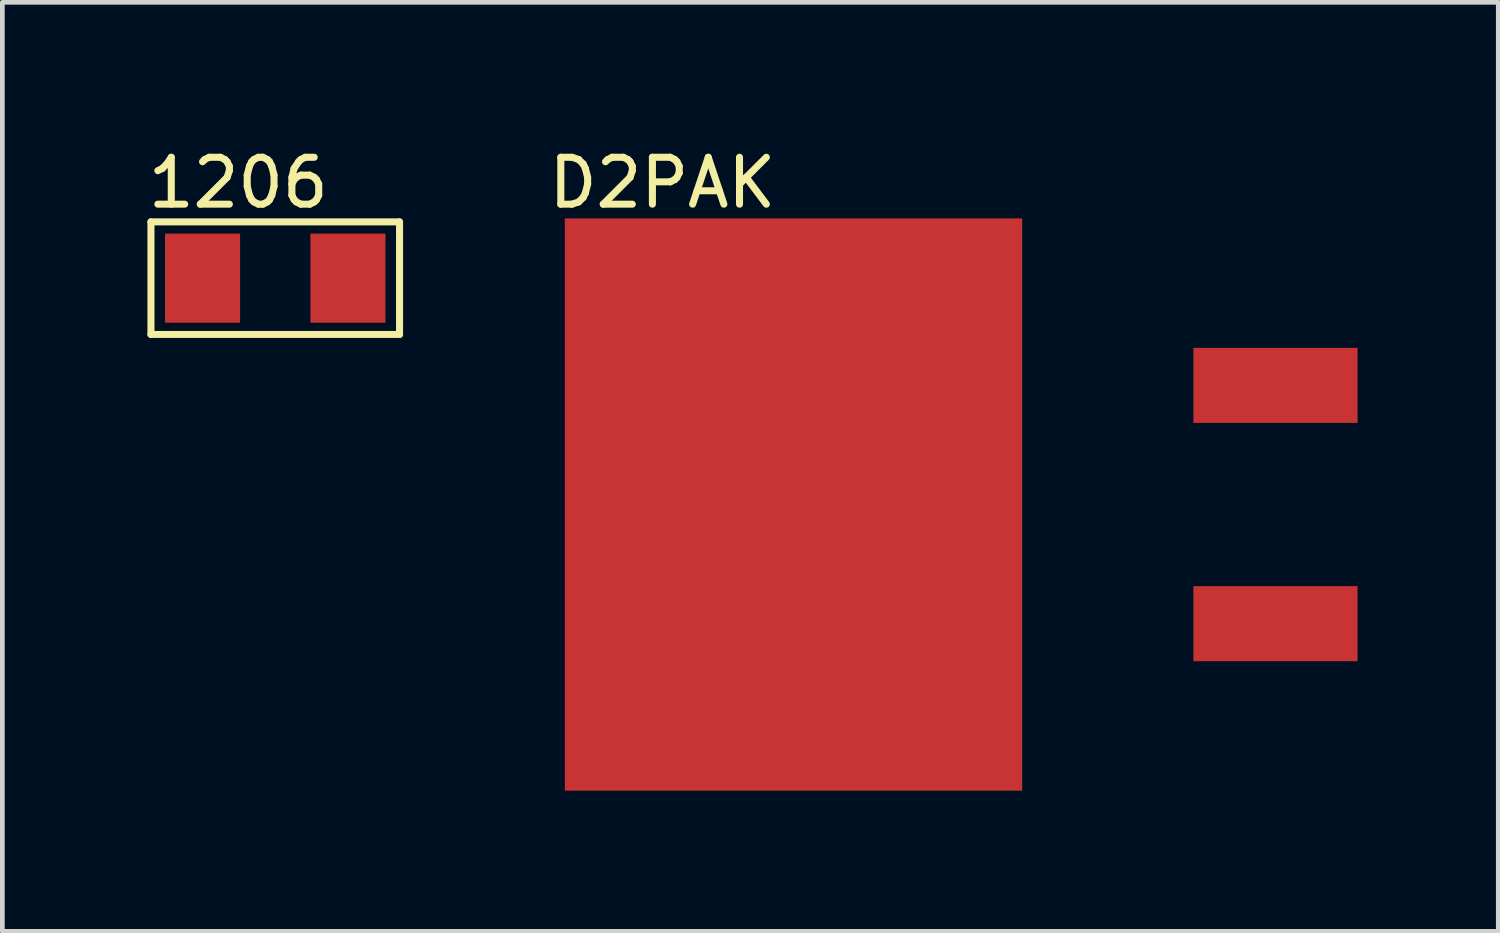
<source format=kicad_pcb>
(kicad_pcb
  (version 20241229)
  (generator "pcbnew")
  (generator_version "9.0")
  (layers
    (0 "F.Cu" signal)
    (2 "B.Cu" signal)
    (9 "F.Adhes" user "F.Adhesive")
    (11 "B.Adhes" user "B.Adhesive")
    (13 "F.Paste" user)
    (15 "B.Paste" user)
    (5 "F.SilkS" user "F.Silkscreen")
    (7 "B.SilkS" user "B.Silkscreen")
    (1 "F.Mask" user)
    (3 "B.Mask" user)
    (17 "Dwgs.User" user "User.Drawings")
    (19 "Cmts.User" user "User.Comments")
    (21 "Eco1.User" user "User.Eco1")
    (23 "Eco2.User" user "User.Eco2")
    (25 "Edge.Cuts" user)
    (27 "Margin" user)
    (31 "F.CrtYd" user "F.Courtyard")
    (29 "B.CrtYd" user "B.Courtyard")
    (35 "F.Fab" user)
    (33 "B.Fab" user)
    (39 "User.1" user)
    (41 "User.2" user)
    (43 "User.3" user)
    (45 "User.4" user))
  (footprint "D2PAK"
    (layer "F.Cu")
    (at 13.867 7.706)
    (property "Reference" "D2PAK" (at -2.794 -6.858 0) (layer "F.SilkS") (effects (font (size 1 1) (thickness 0.15))))
    (attr through_hole)
    (pad "1" smd rect (at 10.275 2.54) (size 3.5 1.6) (layers "F.Cu" "F.Mask" "F.Paste"))
    (pad "2" smd rect (at 0 0) (size 9.75 12.2) (layers "F.Cu" "F.Mask" "F.Paste"))
    (pad "3" smd rect (at 10.275 -2.54) (size 3.5 1.6) (layers "F.Cu" "F.Mask" "F.Paste")))
  (footprint "1206"
    (layer "F.Cu")
    (at 1.268 2.88)
    (property "Reference" "1206" (at 0.762 -2.032 0) (layer "F.SilkS") (effects (font (size 1 1) (thickness 0.15))))
    (attr through_hole)
    (fp_line (start -1.1 -1.2) (end -1.1 1.2) (stroke (width 0.15) (type solid)) (layer "F.SilkS"))
    (fp_line (start -1.1 -1.2) (end 4.2 -1.2) (stroke (width 0.15) (type solid)) (layer "F.SilkS"))
    (fp_line (start -1.1 1.2) (end 4.2 1.2) (stroke (width 0.15) (type solid)) (layer "F.SilkS"))
    (fp_line (start 4.2 -1.2) (end 4.2 1.2) (stroke (width 0.15) (type solid)) (layer "F.SilkS"))
    (pad "1" smd rect (at 0 0) (size 1.6 1.9) (layers "F.Cu" "F.Mask" "F.Paste"))
    (pad "2" smd rect (at 3.1 0) (size 1.6 1.9) (layers "F.Cu" "F.Mask" "F.Paste")))
  (gr_rect
    (start -3 -3)
    (end 28.892 16.806)
    (stroke (width 0.1) (type default))
    (fill no)
    (layer "Edge.Cuts")))
</source>
